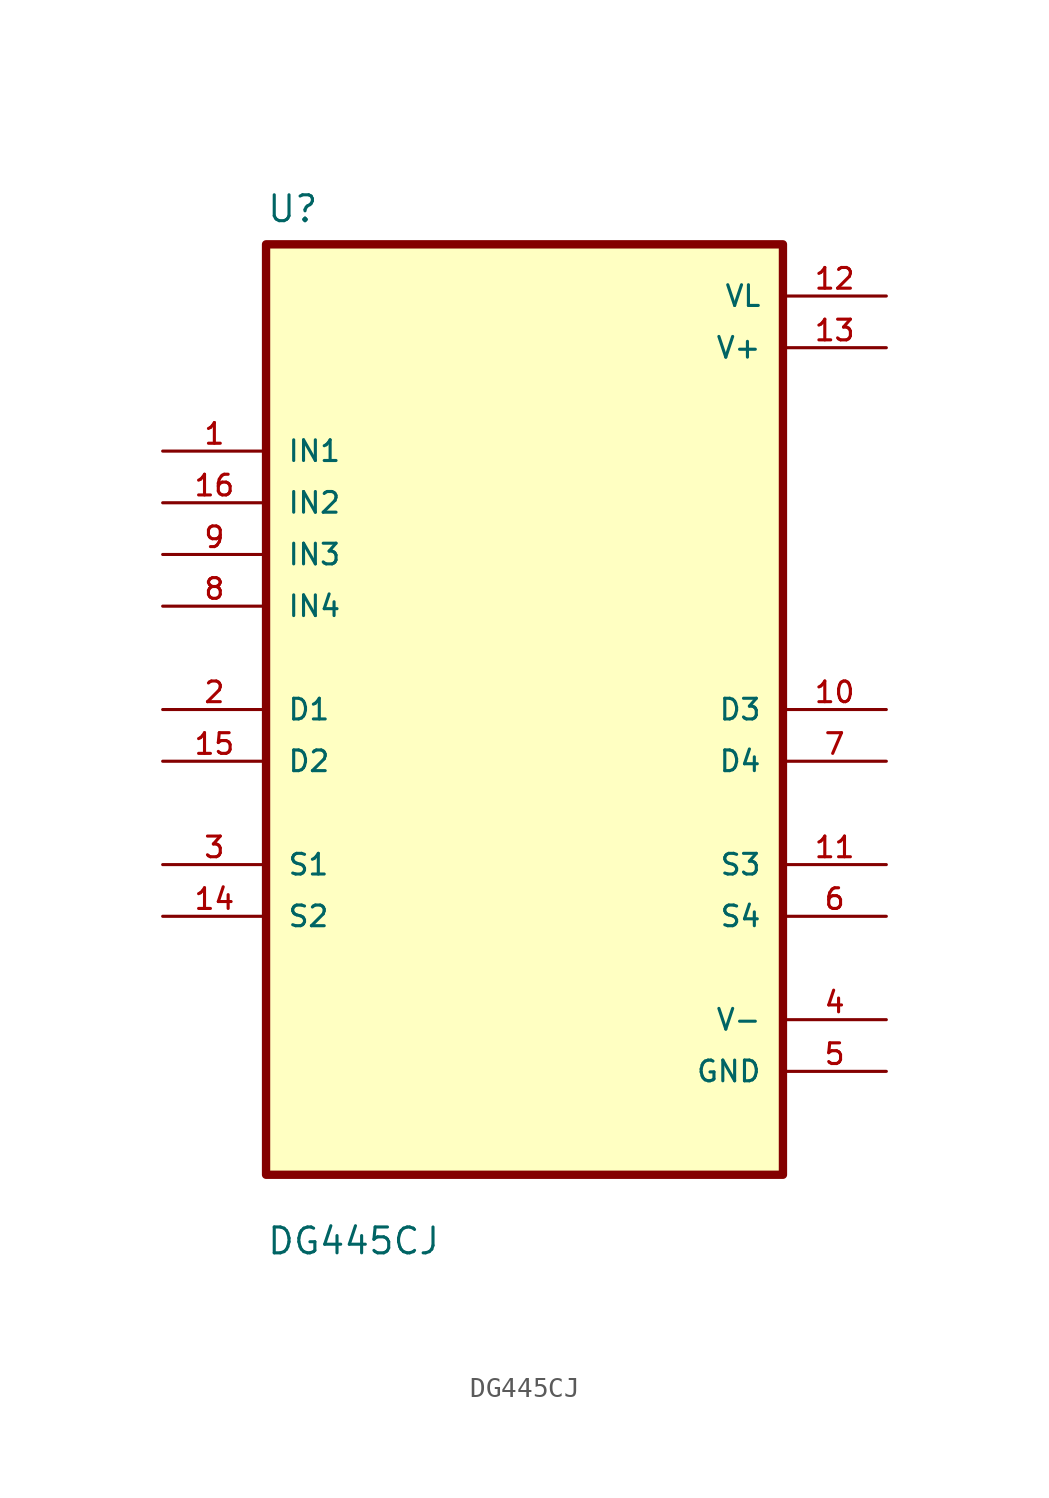
<source format=kicad_sym>
(kicad_symbol_lib
  (version 20211014)
  (generator kicad_symbol_editor)
  (symbol "DG445CJ"
    (pin_names
      (offset 1.016))
    (property "Reference" "U"
      (at -12.7 23.86 0.0)
      (effects (font (size 1.27 1.27)) (justify bottom left)))
    (property "Value" "DG445CJ"
      (at -12.7 -26.86 0.0)
      (effects (font (size 1.27 1.27)) (justify bottom left)))
    (symbol "DG445CJ_0_0"
      (rectangle (start -12.7 -22.86) (end 12.7 22.86) (stroke (width 0.41)) (fill (type background)))
      (pin input line (at -17.78 12.7 0) (length 5.08) (name "IN1" (effects (font (size 1.016 1.016)))) (number "1" (effects (font (size 1.016 1.016)))))
      (pin input line (at -17.78 10.16 0) (length 5.08) (name "IN2" (effects (font (size 1.016 1.016)))) (number "16" (effects (font (size 1.016 1.016)))))
      (pin input line (at -17.78 7.62 0) (length 5.08) (name "IN3" (effects (font (size 1.016 1.016)))) (number "9" (effects (font (size 1.016 1.016)))))
      (pin input line (at -17.78 5.08 0) (length 5.08) (name "IN4" (effects (font (size 1.016 1.016)))) (number "8" (effects (font (size 1.016 1.016)))))
      (pin bidirectional line (at -17.78 0.0 0) (length 5.08) (name "D1" (effects (font (size 1.016 1.016)))) (number "2" (effects (font (size 1.016 1.016)))))
      (pin bidirectional line (at -17.78 -2.54 0) (length 5.08) (name "D2" (effects (font (size 1.016 1.016)))) (number "15" (effects (font (size 1.016 1.016)))))
      (pin bidirectional line (at -17.78 -7.62 0) (length 5.08) (name "S1" (effects (font (size 1.016 1.016)))) (number "3" (effects (font (size 1.016 1.016)))))
      (pin bidirectional line (at -17.78 -10.16 0) (length 5.08) (name "S2" (effects (font (size 1.016 1.016)))) (number "14" (effects (font (size 1.016 1.016)))))
      (pin power_in line (at 17.78 20.32 180.0) (length 5.08) (name "VL" (effects (font (size 1.016 1.016)))) (number "12" (effects (font (size 1.016 1.016)))))
      (pin power_in line (at 17.78 17.78 180.0) (length 5.08) (name "V+" (effects (font (size 1.016 1.016)))) (number "13" (effects (font (size 1.016 1.016)))))
      (pin bidirectional line (at 17.78 1.77636e-15 180.0) (length 5.08) (name "D3" (effects (font (size 1.016 1.016)))) (number "10" (effects (font (size 1.016 1.016)))))
      (pin bidirectional line (at 17.78 -2.54 180.0) (length 5.08) (name "D4" (effects (font (size 1.016 1.016)))) (number "7" (effects (font (size 1.016 1.016)))))
      (pin bidirectional line (at 17.78 -7.62 180.0) (length 5.08) (name "S3" (effects (font (size 1.016 1.016)))) (number "11" (effects (font (size 1.016 1.016)))))
      (pin bidirectional line (at 17.78 -10.16 180.0) (length 5.08) (name "S4" (effects (font (size 1.016 1.016)))) (number "6" (effects (font (size 1.016 1.016)))))
      (pin power_in line (at 17.78 -15.24 180.0) (length 5.08) (name "V-" (effects (font (size 1.016 1.016)))) (number "4" (effects (font (size 1.016 1.016)))))
      (pin power_in line (at 17.78 -17.78 180.0) (length 5.08) (name "GND" (effects (font (size 1.016 1.016)))) (number "5" (effects (font (size 1.016 1.016))))))))
</source>
